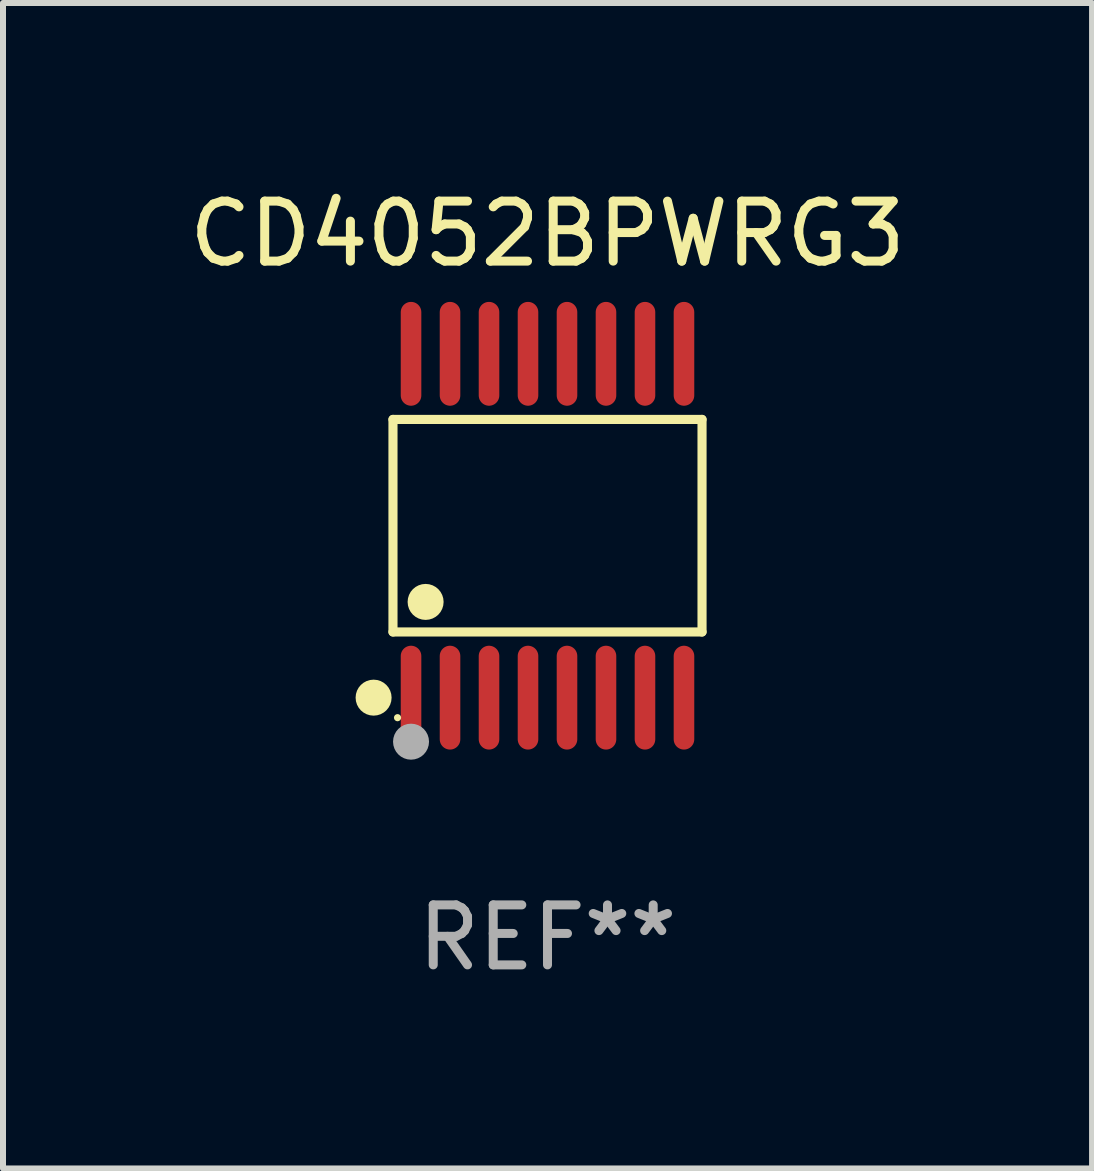
<source format=kicad_pcb>
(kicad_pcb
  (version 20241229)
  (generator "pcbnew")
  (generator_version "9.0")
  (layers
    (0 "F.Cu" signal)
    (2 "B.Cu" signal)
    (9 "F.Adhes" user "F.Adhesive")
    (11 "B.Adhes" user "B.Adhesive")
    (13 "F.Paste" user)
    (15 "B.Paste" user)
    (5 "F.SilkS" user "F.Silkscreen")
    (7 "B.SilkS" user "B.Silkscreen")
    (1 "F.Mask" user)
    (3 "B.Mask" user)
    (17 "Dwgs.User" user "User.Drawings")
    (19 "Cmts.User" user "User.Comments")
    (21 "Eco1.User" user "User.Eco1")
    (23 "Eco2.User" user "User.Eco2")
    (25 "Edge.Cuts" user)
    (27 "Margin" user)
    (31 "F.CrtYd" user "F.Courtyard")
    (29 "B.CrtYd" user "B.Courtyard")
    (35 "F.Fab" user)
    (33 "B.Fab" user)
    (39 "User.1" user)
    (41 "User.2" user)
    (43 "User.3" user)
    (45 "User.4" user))
  (footprint "CD4052BPWRG3"
    (layer "F.Cu")
    (at 6.077 5.714)
    (property "Reference" "CD4052BPWRG3" (at 0 -4.866 0) (layer "F.SilkS") (effects (font (size 1 1) (thickness 0.15))))
    (attr through_hole)
    (fp_line (start -2.576 -1.772) (end 2.576 -1.772) (stroke (width 0.152) (type solid)) (layer "F.SilkS"))
    (fp_line (start -2.576 1.771) (end -2.576 -1.772) (stroke (width 0.152) (type solid)) (layer "F.SilkS"))
    (fp_line (start 2.576 -1.772) (end 2.576 1.771) (stroke (width 0.152) (type solid)) (layer "F.SilkS"))
    (fp_line (start 2.576 1.771) (end -2.576 1.771) (stroke (width 0.152) (type solid)) (layer "F.SilkS"))
    (fp_circle (center -2.899 2.866) (end -2.749 2.866) (stroke (width 0.3) (type solid)) (fill no) (layer "F.SilkS"))
    (fp_circle (center -2.5 3.2) (end -2.47 3.2) (stroke (width 0.06) (type solid)) (fill no) (layer "F.SilkS"))
    (fp_circle (center -2.032 1.27) (end -1.882 1.27) (stroke (width 0.3) (type solid)) (fill no) (layer "F.SilkS"))
    (fp_circle (center -2.275 3.6) (end -2.125 3.6) (stroke (width 0.3) (type solid)) (fill no) (layer "F.Fab"))
    (fp_text user "REF**" (at 0 6.866 0) (layer "F.Fab") (effects (font (size 1 1) (thickness 0.15))))
    (pad "1" smd oval (at -2.275 2.866) (size 0.343 1.731) (layers "F.Cu" "F.Mask" "F.Paste"))
    (pad "2" smd oval (at -1.625 2.866) (size 0.343 1.731) (layers "F.Cu" "F.Mask" "F.Paste"))
    (pad "3" smd oval (at -0.975 2.866) (size 0.343 1.731) (layers "F.Cu" "F.Mask" "F.Paste"))
    (pad "4" smd oval (at -0.325 2.866) (size 0.343 1.731) (layers "F.Cu" "F.Mask" "F.Paste"))
    (pad "5" smd oval (at 0.325 2.866) (size 0.343 1.731) (layers "F.Cu" "F.Mask" "F.Paste"))
    (pad "6" smd oval (at 0.975 2.866) (size 0.343 1.731) (layers "F.Cu" "F.Mask" "F.Paste"))
    (pad "7" smd oval (at 1.625 2.866) (size 0.343 1.731) (layers "F.Cu" "F.Mask" "F.Paste"))
    (pad "8" smd oval (at 2.275 2.866) (size 0.343 1.731) (layers "F.Cu" "F.Mask" "F.Paste"))
    (pad "9" smd oval (at 2.275 -2.866) (size 0.343 1.731) (layers "F.Cu" "F.Mask" "F.Paste"))
    (pad "10" smd oval (at 1.625 -2.866) (size 0.343 1.731) (layers "F.Cu" "F.Mask" "F.Paste"))
    (pad "11" smd oval (at 0.975 -2.866) (size 0.343 1.731) (layers "F.Cu" "F.Mask" "F.Paste"))
    (pad "12" smd oval (at 0.325 -2.866) (size 0.343 1.731) (layers "F.Cu" "F.Mask" "F.Paste"))
    (pad "13" smd oval (at -0.325 -2.866) (size 0.343 1.731) (layers "F.Cu" "F.Mask" "F.Paste"))
    (pad "14" smd oval (at -0.975 -2.866) (size 0.343 1.731) (layers "F.Cu" "F.Mask" "F.Paste"))
    (pad "15" smd oval (at -1.625 -2.866) (size 0.343 1.731) (layers "F.Cu" "F.Mask" "F.Paste"))
    (pad "16" smd oval (at -2.275 -2.866) (size 0.343 1.731) (layers "F.Cu" "F.Mask" "F.Paste")))
  (gr_rect
    (start -3 -3)
    (end 15.155 16.428)
    (stroke (width 0.1) (type default))
    (fill no)
    (layer "Edge.Cuts")))
</source>
